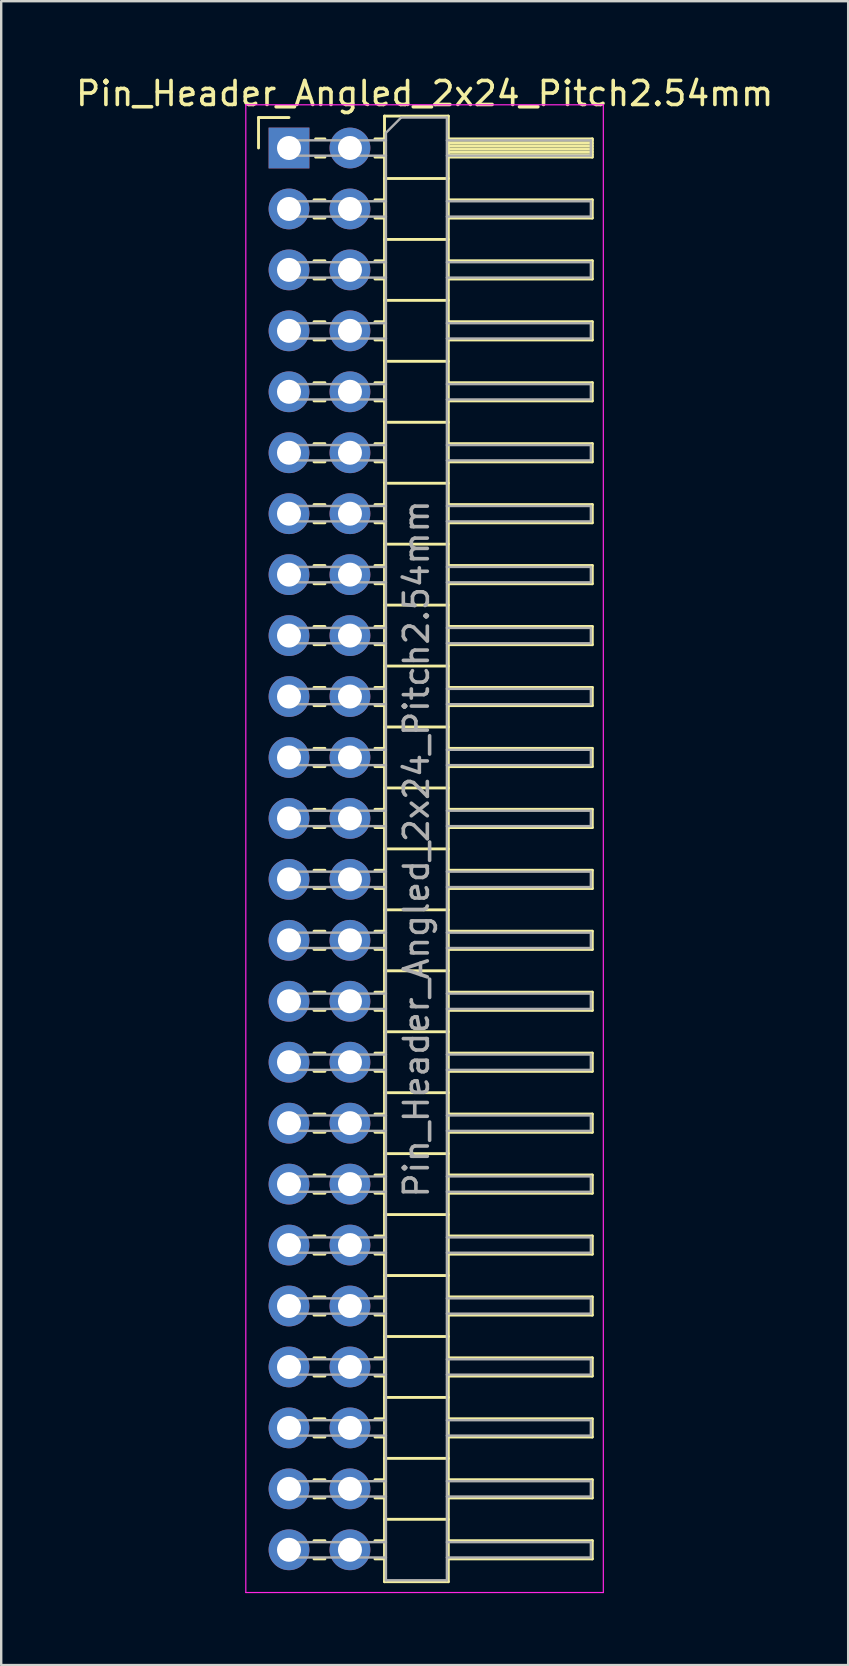
<source format=kicad_pcb>
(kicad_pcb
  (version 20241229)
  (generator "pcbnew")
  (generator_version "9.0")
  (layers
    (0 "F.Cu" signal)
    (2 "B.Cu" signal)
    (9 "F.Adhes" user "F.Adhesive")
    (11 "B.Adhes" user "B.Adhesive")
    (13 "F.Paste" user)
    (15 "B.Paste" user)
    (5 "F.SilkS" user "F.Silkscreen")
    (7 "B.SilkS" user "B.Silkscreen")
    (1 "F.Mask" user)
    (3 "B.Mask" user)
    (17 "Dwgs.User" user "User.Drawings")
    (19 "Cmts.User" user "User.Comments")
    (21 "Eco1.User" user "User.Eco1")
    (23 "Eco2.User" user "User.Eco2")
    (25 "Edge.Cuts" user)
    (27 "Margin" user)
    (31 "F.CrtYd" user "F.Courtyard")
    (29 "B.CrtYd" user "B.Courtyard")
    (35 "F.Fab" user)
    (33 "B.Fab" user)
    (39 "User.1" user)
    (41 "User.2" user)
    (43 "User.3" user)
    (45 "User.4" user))
  (footprint "Pin_Header_Angled_2x24_Pitch2.54mm"
    (layer "F.Cu")
    (at 8.994 3.118)
    (property "Reference" "Pin_Header_Angled_2x24_Pitch2.54mm" (at 5.655 -2.27 0) (layer "F.SilkS") (effects (font (size 1 1) (thickness 0.15))))
    (attr through_hole)
    (fp_line (start -1.27 -1.27) (end 0 -1.27) (stroke (width 0.12) (type solid)) (layer "F.SilkS"))
    (fp_line (start -1.27 0) (end -1.27 -1.27) (stroke (width 0.12) (type solid)) (layer "F.SilkS"))
    (fp_line (start 1.043 2.16) (end 1.497 2.16) (stroke (width 0.12) (type solid)) (layer "F.SilkS"))
    (fp_line (start 1.043 2.92) (end 1.497 2.92) (stroke (width 0.12) (type solid)) (layer "F.SilkS"))
    (fp_line (start 1.043 4.7) (end 1.497 4.7) (stroke (width 0.12) (type solid)) (layer "F.SilkS"))
    (fp_line (start 1.043 5.46) (end 1.497 5.46) (stroke (width 0.12) (type solid)) (layer "F.SilkS"))
    (fp_line (start 1.043 7.24) (end 1.497 7.24) (stroke (width 0.12) (type solid)) (layer "F.SilkS"))
    (fp_line (start 1.043 8) (end 1.497 8) (stroke (width 0.12) (type solid)) (layer "F.SilkS"))
    (fp_line (start 1.043 9.78) (end 1.497 9.78) (stroke (width 0.12) (type solid)) (layer "F.SilkS"))
    (fp_line (start 1.043 10.54) (end 1.497 10.54) (stroke (width 0.12) (type solid)) (layer "F.SilkS"))
    (fp_line (start 1.043 12.32) (end 1.497 12.32) (stroke (width 0.12) (type solid)) (layer "F.SilkS"))
    (fp_line (start 1.043 13.08) (end 1.497 13.08) (stroke (width 0.12) (type solid)) (layer "F.SilkS"))
    (fp_line (start 1.043 14.86) (end 1.497 14.86) (stroke (width 0.12) (type solid)) (layer "F.SilkS"))
    (fp_line (start 1.043 15.62) (end 1.497 15.62) (stroke (width 0.12) (type solid)) (layer "F.SilkS"))
    (fp_line (start 1.043 17.4) (end 1.497 17.4) (stroke (width 0.12) (type solid)) (layer "F.SilkS"))
    (fp_line (start 1.043 18.16) (end 1.497 18.16) (stroke (width 0.12) (type solid)) (layer "F.SilkS"))
    (fp_line (start 1.043 19.94) (end 1.497 19.94) (stroke (width 0.12) (type solid)) (layer "F.SilkS"))
    (fp_line (start 1.043 20.7) (end 1.497 20.7) (stroke (width 0.12) (type solid)) (layer "F.SilkS"))
    (fp_line (start 1.043 22.48) (end 1.497 22.48) (stroke (width 0.12) (type solid)) (layer "F.SilkS"))
    (fp_line (start 1.043 23.24) (end 1.497 23.24) (stroke (width 0.12) (type solid)) (layer "F.SilkS"))
    (fp_line (start 1.043 25.02) (end 1.497 25.02) (stroke (width 0.12) (type solid)) (layer "F.SilkS"))
    (fp_line (start 1.043 25.78) (end 1.497 25.78) (stroke (width 0.12) (type solid)) (layer "F.SilkS"))
    (fp_line (start 1.043 27.56) (end 1.497 27.56) (stroke (width 0.12) (type solid)) (layer "F.SilkS"))
    (fp_line (start 1.043 28.32) (end 1.497 28.32) (stroke (width 0.12) (type solid)) (layer "F.SilkS"))
    (fp_line (start 1.043 30.1) (end 1.497 30.1) (stroke (width 0.12) (type solid)) (layer "F.SilkS"))
    (fp_line (start 1.043 30.86) (end 1.497 30.86) (stroke (width 0.12) (type solid)) (layer "F.SilkS"))
    (fp_line (start 1.043 32.64) (end 1.497 32.64) (stroke (width 0.12) (type solid)) (layer "F.SilkS"))
    (fp_line (start 1.043 33.4) (end 1.497 33.4) (stroke (width 0.12) (type solid)) (layer "F.SilkS"))
    (fp_line (start 1.043 35.18) (end 1.497 35.18) (stroke (width 0.12) (type solid)) (layer "F.SilkS"))
    (fp_line (start 1.043 35.94) (end 1.497 35.94) (stroke (width 0.12) (type solid)) (layer "F.SilkS"))
    (fp_line (start 1.043 37.72) (end 1.497 37.72) (stroke (width 0.12) (type solid)) (layer "F.SilkS"))
    (fp_line (start 1.043 38.48) (end 1.497 38.48) (stroke (width 0.12) (type solid)) (layer "F.SilkS"))
    (fp_line (start 1.043 40.26) (end 1.497 40.26) (stroke (width 0.12) (type solid)) (layer "F.SilkS"))
    (fp_line (start 1.043 41.02) (end 1.497 41.02) (stroke (width 0.12) (type solid)) (layer "F.SilkS"))
    (fp_line (start 1.043 42.8) (end 1.497 42.8) (stroke (width 0.12) (type solid)) (layer "F.SilkS"))
    (fp_line (start 1.043 43.56) (end 1.497 43.56) (stroke (width 0.12) (type solid)) (layer "F.SilkS"))
    (fp_line (start 1.043 45.34) (end 1.497 45.34) (stroke (width 0.12) (type solid)) (layer "F.SilkS"))
    (fp_line (start 1.043 46.1) (end 1.497 46.1) (stroke (width 0.12) (type solid)) (layer "F.SilkS"))
    (fp_line (start 1.043 47.88) (end 1.497 47.88) (stroke (width 0.12) (type solid)) (layer "F.SilkS"))
    (fp_line (start 1.043 48.64) (end 1.497 48.64) (stroke (width 0.12) (type solid)) (layer "F.SilkS"))
    (fp_line (start 1.043 50.42) (end 1.497 50.42) (stroke (width 0.12) (type solid)) (layer "F.SilkS"))
    (fp_line (start 1.043 51.18) (end 1.497 51.18) (stroke (width 0.12) (type solid)) (layer "F.SilkS"))
    (fp_line (start 1.043 52.96) (end 1.497 52.96) (stroke (width 0.12) (type solid)) (layer "F.SilkS"))
    (fp_line (start 1.043 53.72) (end 1.497 53.72) (stroke (width 0.12) (type solid)) (layer "F.SilkS"))
    (fp_line (start 1.043 55.5) (end 1.497 55.5) (stroke (width 0.12) (type solid)) (layer "F.SilkS"))
    (fp_line (start 1.043 56.26) (end 1.497 56.26) (stroke (width 0.12) (type solid)) (layer "F.SilkS"))
    (fp_line (start 1.043 58.04) (end 1.497 58.04) (stroke (width 0.12) (type solid)) (layer "F.SilkS"))
    (fp_line (start 1.043 58.8) (end 1.497 58.8) (stroke (width 0.12) (type solid)) (layer "F.SilkS"))
    (fp_line (start 1.11 -0.38) (end 1.497 -0.38) (stroke (width 0.12) (type solid)) (layer "F.SilkS"))
    (fp_line (start 1.11 0.38) (end 1.497 0.38) (stroke (width 0.12) (type solid)) (layer "F.SilkS"))
    (fp_line (start 3.583 -0.38) (end 3.98 -0.38) (stroke (width 0.12) (type solid)) (layer "F.SilkS"))
    (fp_line (start 3.583 0.38) (end 3.98 0.38) (stroke (width 0.12) (type solid)) (layer "F.SilkS"))
    (fp_line (start 3.583 2.16) (end 3.98 2.16) (stroke (width 0.12) (type solid)) (layer "F.SilkS"))
    (fp_line (start 3.583 2.92) (end 3.98 2.92) (stroke (width 0.12) (type solid)) (layer "F.SilkS"))
    (fp_line (start 3.583 4.7) (end 3.98 4.7) (stroke (width 0.12) (type solid)) (layer "F.SilkS"))
    (fp_line (start 3.583 5.46) (end 3.98 5.46) (stroke (width 0.12) (type solid)) (layer "F.SilkS"))
    (fp_line (start 3.583 7.24) (end 3.98 7.24) (stroke (width 0.12) (type solid)) (layer "F.SilkS"))
    (fp_line (start 3.583 8) (end 3.98 8) (stroke (width 0.12) (type solid)) (layer "F.SilkS"))
    (fp_line (start 3.583 9.78) (end 3.98 9.78) (stroke (width 0.12) (type solid)) (layer "F.SilkS"))
    (fp_line (start 3.583 10.54) (end 3.98 10.54) (stroke (width 0.12) (type solid)) (layer "F.SilkS"))
    (fp_line (start 3.583 12.32) (end 3.98 12.32) (stroke (width 0.12) (type solid)) (layer "F.SilkS"))
    (fp_line (start 3.583 13.08) (end 3.98 13.08) (stroke (width 0.12) (type solid)) (layer "F.SilkS"))
    (fp_line (start 3.583 14.86) (end 3.98 14.86) (stroke (width 0.12) (type solid)) (layer "F.SilkS"))
    (fp_line (start 3.583 15.62) (end 3.98 15.62) (stroke (width 0.12) (type solid)) (layer "F.SilkS"))
    (fp_line (start 3.583 17.4) (end 3.98 17.4) (stroke (width 0.12) (type solid)) (layer "F.SilkS"))
    (fp_line (start 3.583 18.16) (end 3.98 18.16) (stroke (width 0.12) (type solid)) (layer "F.SilkS"))
    (fp_line (start 3.583 19.94) (end 3.98 19.94) (stroke (width 0.12) (type solid)) (layer "F.SilkS"))
    (fp_line (start 3.583 20.7) (end 3.98 20.7) (stroke (width 0.12) (type solid)) (layer "F.SilkS"))
    (fp_line (start 3.583 22.48) (end 3.98 22.48) (stroke (width 0.12) (type solid)) (layer "F.SilkS"))
    (fp_line (start 3.583 23.24) (end 3.98 23.24) (stroke (width 0.12) (type solid)) (layer "F.SilkS"))
    (fp_line (start 3.583 25.02) (end 3.98 25.02) (stroke (width 0.12) (type solid)) (layer "F.SilkS"))
    (fp_line (start 3.583 25.78) (end 3.98 25.78) (stroke (width 0.12) (type solid)) (layer "F.SilkS"))
    (fp_line (start 3.583 27.56) (end 3.98 27.56) (stroke (width 0.12) (type solid)) (layer "F.SilkS"))
    (fp_line (start 3.583 28.32) (end 3.98 28.32) (stroke (width 0.12) (type solid)) (layer "F.SilkS"))
    (fp_line (start 3.583 30.1) (end 3.98 30.1) (stroke (width 0.12) (type solid)) (layer "F.SilkS"))
    (fp_line (start 3.583 30.86) (end 3.98 30.86) (stroke (width 0.12) (type solid)) (layer "F.SilkS"))
    (fp_line (start 3.583 32.64) (end 3.98 32.64) (stroke (width 0.12) (type solid)) (layer "F.SilkS"))
    (fp_line (start 3.583 33.4) (end 3.98 33.4) (stroke (width 0.12) (type solid)) (layer "F.SilkS"))
    (fp_line (start 3.583 35.18) (end 3.98 35.18) (stroke (width 0.12) (type solid)) (layer "F.SilkS"))
    (fp_line (start 3.583 35.94) (end 3.98 35.94) (stroke (width 0.12) (type solid)) (layer "F.SilkS"))
    (fp_line (start 3.583 37.72) (end 3.98 37.72) (stroke (width 0.12) (type solid)) (layer "F.SilkS"))
    (fp_line (start 3.583 38.48) (end 3.98 38.48) (stroke (width 0.12) (type solid)) (layer "F.SilkS"))
    (fp_line (start 3.583 40.26) (end 3.98 40.26) (stroke (width 0.12) (type solid)) (layer "F.SilkS"))
    (fp_line (start 3.583 41.02) (end 3.98 41.02) (stroke (width 0.12) (type solid)) (layer "F.SilkS"))
    (fp_line (start 3.583 42.8) (end 3.98 42.8) (stroke (width 0.12) (type solid)) (layer "F.SilkS"))
    (fp_line (start 3.583 43.56) (end 3.98 43.56) (stroke (width 0.12) (type solid)) (layer "F.SilkS"))
    (fp_line (start 3.583 45.34) (end 3.98 45.34) (stroke (width 0.12) (type solid)) (layer "F.SilkS"))
    (fp_line (start 3.583 46.1) (end 3.98 46.1) (stroke (width 0.12) (type solid)) (layer "F.SilkS"))
    (fp_line (start 3.583 47.88) (end 3.98 47.88) (stroke (width 0.12) (type solid)) (layer "F.SilkS"))
    (fp_line (start 3.583 48.64) (end 3.98 48.64) (stroke (width 0.12) (type solid)) (layer "F.SilkS"))
    (fp_line (start 3.583 50.42) (end 3.98 50.42) (stroke (width 0.12) (type solid)) (layer "F.SilkS"))
    (fp_line (start 3.583 51.18) (end 3.98 51.18) (stroke (width 0.12) (type solid)) (layer "F.SilkS"))
    (fp_line (start 3.583 52.96) (end 3.98 52.96) (stroke (width 0.12) (type solid)) (layer "F.SilkS"))
    (fp_line (start 3.583 53.72) (end 3.98 53.72) (stroke (width 0.12) (type solid)) (layer "F.SilkS"))
    (fp_line (start 3.583 55.5) (end 3.98 55.5) (stroke (width 0.12) (type solid)) (layer "F.SilkS"))
    (fp_line (start 3.583 56.26) (end 3.98 56.26) (stroke (width 0.12) (type solid)) (layer "F.SilkS"))
    (fp_line (start 3.583 58.04) (end 3.98 58.04) (stroke (width 0.12) (type solid)) (layer "F.SilkS"))
    (fp_line (start 3.583 58.8) (end 3.98 58.8) (stroke (width 0.12) (type solid)) (layer "F.SilkS"))
    (fp_line (start 3.98 -1.33) (end 3.98 59.75) (stroke (width 0.12) (type solid)) (layer "F.SilkS"))
    (fp_line (start 3.98 1.27) (end 6.64 1.27) (stroke (width 0.12) (type solid)) (layer "F.SilkS"))
    (fp_line (start 3.98 3.81) (end 6.64 3.81) (stroke (width 0.12) (type solid)) (layer "F.SilkS"))
    (fp_line (start 3.98 6.35) (end 6.64 6.35) (stroke (width 0.12) (type solid)) (layer "F.SilkS"))
    (fp_line (start 3.98 8.89) (end 6.64 8.89) (stroke (width 0.12) (type solid)) (layer "F.SilkS"))
    (fp_line (start 3.98 11.43) (end 6.64 11.43) (stroke (width 0.12) (type solid)) (layer "F.SilkS"))
    (fp_line (start 3.98 13.97) (end 6.64 13.97) (stroke (width 0.12) (type solid)) (layer "F.SilkS"))
    (fp_line (start 3.98 16.51) (end 6.64 16.51) (stroke (width 0.12) (type solid)) (layer "F.SilkS"))
    (fp_line (start 3.98 19.05) (end 6.64 19.05) (stroke (width 0.12) (type solid)) (layer "F.SilkS"))
    (fp_line (start 3.98 21.59) (end 6.64 21.59) (stroke (width 0.12) (type solid)) (layer "F.SilkS"))
    (fp_line (start 3.98 24.13) (end 6.64 24.13) (stroke (width 0.12) (type solid)) (layer "F.SilkS"))
    (fp_line (start 3.98 26.67) (end 6.64 26.67) (stroke (width 0.12) (type solid)) (layer "F.SilkS"))
    (fp_line (start 3.98 29.21) (end 6.64 29.21) (stroke (width 0.12) (type solid)) (layer "F.SilkS"))
    (fp_line (start 3.98 31.75) (end 6.64 31.75) (stroke (width 0.12) (type solid)) (layer "F.SilkS"))
    (fp_line (start 3.98 34.29) (end 6.64 34.29) (stroke (width 0.12) (type solid)) (layer "F.SilkS"))
    (fp_line (start 3.98 36.83) (end 6.64 36.83) (stroke (width 0.12) (type solid)) (layer "F.SilkS"))
    (fp_line (start 3.98 39.37) (end 6.64 39.37) (stroke (width 0.12) (type solid)) (layer "F.SilkS"))
    (fp_line (start 3.98 41.91) (end 6.64 41.91) (stroke (width 0.12) (type solid)) (layer "F.SilkS"))
    (fp_line (start 3.98 44.45) (end 6.64 44.45) (stroke (width 0.12) (type solid)) (layer "F.SilkS"))
    (fp_line (start 3.98 46.99) (end 6.64 46.99) (stroke (width 0.12) (type solid)) (layer "F.SilkS"))
    (fp_line (start 3.98 49.53) (end 6.64 49.53) (stroke (width 0.12) (type solid)) (layer "F.SilkS"))
    (fp_line (start 3.98 52.07) (end 6.64 52.07) (stroke (width 0.12) (type solid)) (layer "F.SilkS"))
    (fp_line (start 3.98 54.61) (end 6.64 54.61) (stroke (width 0.12) (type solid)) (layer "F.SilkS"))
    (fp_line (start 3.98 57.15) (end 6.64 57.15) (stroke (width 0.12) (type solid)) (layer "F.SilkS"))
    (fp_line (start 3.98 59.75) (end 6.64 59.75) (stroke (width 0.12) (type solid)) (layer "F.SilkS"))
    (fp_line (start 6.64 -1.33) (end 3.98 -1.33) (stroke (width 0.12) (type solid)) (layer "F.SilkS"))
    (fp_line (start 6.64 -0.38) (end 12.64 -0.38) (stroke (width 0.12) (type solid)) (layer "F.SilkS"))
    (fp_line (start 6.64 -0.32) (end 12.64 -0.32) (stroke (width 0.12) (type solid)) (layer "F.SilkS"))
    (fp_line (start 6.64 -0.2) (end 12.64 -0.2) (stroke (width 0.12) (type solid)) (layer "F.SilkS"))
    (fp_line (start 6.64 -0.08) (end 12.64 -0.08) (stroke (width 0.12) (type solid)) (layer "F.SilkS"))
    (fp_line (start 6.64 0.04) (end 12.64 0.04) (stroke (width 0.12) (type solid)) (layer "F.SilkS"))
    (fp_line (start 6.64 0.16) (end 12.64 0.16) (stroke (width 0.12) (type solid)) (layer "F.SilkS"))
    (fp_line (start 6.64 0.28) (end 12.64 0.28) (stroke (width 0.12) (type solid)) (layer "F.SilkS"))
    (fp_line (start 6.64 2.16) (end 12.64 2.16) (stroke (width 0.12) (type solid)) (layer "F.SilkS"))
    (fp_line (start 6.64 4.7) (end 12.64 4.7) (stroke (width 0.12) (type solid)) (layer "F.SilkS"))
    (fp_line (start 6.64 7.24) (end 12.64 7.24) (stroke (width 0.12) (type solid)) (layer "F.SilkS"))
    (fp_line (start 6.64 9.78) (end 12.64 9.78) (stroke (width 0.12) (type solid)) (layer "F.SilkS"))
    (fp_line (start 6.64 12.32) (end 12.64 12.32) (stroke (width 0.12) (type solid)) (layer "F.SilkS"))
    (fp_line (start 6.64 14.86) (end 12.64 14.86) (stroke (width 0.12) (type solid)) (layer "F.SilkS"))
    (fp_line (start 6.64 17.4) (end 12.64 17.4) (stroke (width 0.12) (type solid)) (layer "F.SilkS"))
    (fp_line (start 6.64 19.94) (end 12.64 19.94) (stroke (width 0.12) (type solid)) (layer "F.SilkS"))
    (fp_line (start 6.64 22.48) (end 12.64 22.48) (stroke (width 0.12) (type solid)) (layer "F.SilkS"))
    (fp_line (start 6.64 25.02) (end 12.64 25.02) (stroke (width 0.12) (type solid)) (layer "F.SilkS"))
    (fp_line (start 6.64 27.56) (end 12.64 27.56) (stroke (width 0.12) (type solid)) (layer "F.SilkS"))
    (fp_line (start 6.64 30.1) (end 12.64 30.1) (stroke (width 0.12) (type solid)) (layer "F.SilkS"))
    (fp_line (start 6.64 32.64) (end 12.64 32.64) (stroke (width 0.12) (type solid)) (layer "F.SilkS"))
    (fp_line (start 6.64 35.18) (end 12.64 35.18) (stroke (width 0.12) (type solid)) (layer "F.SilkS"))
    (fp_line (start 6.64 37.72) (end 12.64 37.72) (stroke (width 0.12) (type solid)) (layer "F.SilkS"))
    (fp_line (start 6.64 40.26) (end 12.64 40.26) (stroke (width 0.12) (type solid)) (layer "F.SilkS"))
    (fp_line (start 6.64 42.8) (end 12.64 42.8) (stroke (width 0.12) (type solid)) (layer "F.SilkS"))
    (fp_line (start 6.64 45.34) (end 12.64 45.34) (stroke (width 0.12) (type solid)) (layer "F.SilkS"))
    (fp_line (start 6.64 47.88) (end 12.64 47.88) (stroke (width 0.12) (type solid)) (layer "F.SilkS"))
    (fp_line (start 6.64 50.42) (end 12.64 50.42) (stroke (width 0.12) (type solid)) (layer "F.SilkS"))
    (fp_line (start 6.64 52.96) (end 12.64 52.96) (stroke (width 0.12) (type solid)) (layer "F.SilkS"))
    (fp_line (start 6.64 55.5) (end 12.64 55.5) (stroke (width 0.12) (type solid)) (layer "F.SilkS"))
    (fp_line (start 6.64 58.04) (end 12.64 58.04) (stroke (width 0.12) (type solid)) (layer "F.SilkS"))
    (fp_line (start 6.64 59.75) (end 6.64 -1.33) (stroke (width 0.12) (type solid)) (layer "F.SilkS"))
    (fp_line (start 12.64 -0.38) (end 12.64 0.38) (stroke (width 0.12) (type solid)) (layer "F.SilkS"))
    (fp_line (start 12.64 0.38) (end 6.64 0.38) (stroke (width 0.12) (type solid)) (layer "F.SilkS"))
    (fp_line (start 12.64 2.16) (end 12.64 2.92) (stroke (width 0.12) (type solid)) (layer "F.SilkS"))
    (fp_line (start 12.64 2.92) (end 6.64 2.92) (stroke (width 0.12) (type solid)) (layer "F.SilkS"))
    (fp_line (start 12.64 4.7) (end 12.64 5.46) (stroke (width 0.12) (type solid)) (layer "F.SilkS"))
    (fp_line (start 12.64 5.46) (end 6.64 5.46) (stroke (width 0.12) (type solid)) (layer "F.SilkS"))
    (fp_line (start 12.64 7.24) (end 12.64 8) (stroke (width 0.12) (type solid)) (layer "F.SilkS"))
    (fp_line (start 12.64 8) (end 6.64 8) (stroke (width 0.12) (type solid)) (layer "F.SilkS"))
    (fp_line (start 12.64 9.78) (end 12.64 10.54) (stroke (width 0.12) (type solid)) (layer "F.SilkS"))
    (fp_line (start 12.64 10.54) (end 6.64 10.54) (stroke (width 0.12) (type solid)) (layer "F.SilkS"))
    (fp_line (start 12.64 12.32) (end 12.64 13.08) (stroke (width 0.12) (type solid)) (layer "F.SilkS"))
    (fp_line (start 12.64 13.08) (end 6.64 13.08) (stroke (width 0.12) (type solid)) (layer "F.SilkS"))
    (fp_line (start 12.64 14.86) (end 12.64 15.62) (stroke (width 0.12) (type solid)) (layer "F.SilkS"))
    (fp_line (start 12.64 15.62) (end 6.64 15.62) (stroke (width 0.12) (type solid)) (layer "F.SilkS"))
    (fp_line (start 12.64 17.4) (end 12.64 18.16) (stroke (width 0.12) (type solid)) (layer "F.SilkS"))
    (fp_line (start 12.64 18.16) (end 6.64 18.16) (stroke (width 0.12) (type solid)) (layer "F.SilkS"))
    (fp_line (start 12.64 19.94) (end 12.64 20.7) (stroke (width 0.12) (type solid)) (layer "F.SilkS"))
    (fp_line (start 12.64 20.7) (end 6.64 20.7) (stroke (width 0.12) (type solid)) (layer "F.SilkS"))
    (fp_line (start 12.64 22.48) (end 12.64 23.24) (stroke (width 0.12) (type solid)) (layer "F.SilkS"))
    (fp_line (start 12.64 23.24) (end 6.64 23.24) (stroke (width 0.12) (type solid)) (layer "F.SilkS"))
    (fp_line (start 12.64 25.02) (end 12.64 25.78) (stroke (width 0.12) (type solid)) (layer "F.SilkS"))
    (fp_line (start 12.64 25.78) (end 6.64 25.78) (stroke (width 0.12) (type solid)) (layer "F.SilkS"))
    (fp_line (start 12.64 27.56) (end 12.64 28.32) (stroke (width 0.12) (type solid)) (layer "F.SilkS"))
    (fp_line (start 12.64 28.32) (end 6.64 28.32) (stroke (width 0.12) (type solid)) (layer "F.SilkS"))
    (fp_line (start 12.64 30.1) (end 12.64 30.86) (stroke (width 0.12) (type solid)) (layer "F.SilkS"))
    (fp_line (start 12.64 30.86) (end 6.64 30.86) (stroke (width 0.12) (type solid)) (layer "F.SilkS"))
    (fp_line (start 12.64 32.64) (end 12.64 33.4) (stroke (width 0.12) (type solid)) (layer "F.SilkS"))
    (fp_line (start 12.64 33.4) (end 6.64 33.4) (stroke (width 0.12) (type solid)) (layer "F.SilkS"))
    (fp_line (start 12.64 35.18) (end 12.64 35.94) (stroke (width 0.12) (type solid)) (layer "F.SilkS"))
    (fp_line (start 12.64 35.94) (end 6.64 35.94) (stroke (width 0.12) (type solid)) (layer "F.SilkS"))
    (fp_line (start 12.64 37.72) (end 12.64 38.48) (stroke (width 0.12) (type solid)) (layer "F.SilkS"))
    (fp_line (start 12.64 38.48) (end 6.64 38.48) (stroke (width 0.12) (type solid)) (layer "F.SilkS"))
    (fp_line (start 12.64 40.26) (end 12.64 41.02) (stroke (width 0.12) (type solid)) (layer "F.SilkS"))
    (fp_line (start 12.64 41.02) (end 6.64 41.02) (stroke (width 0.12) (type solid)) (layer "F.SilkS"))
    (fp_line (start 12.64 42.8) (end 12.64 43.56) (stroke (width 0.12) (type solid)) (layer "F.SilkS"))
    (fp_line (start 12.64 43.56) (end 6.64 43.56) (stroke (width 0.12) (type solid)) (layer "F.SilkS"))
    (fp_line (start 12.64 45.34) (end 12.64 46.1) (stroke (width 0.12) (type solid)) (layer "F.SilkS"))
    (fp_line (start 12.64 46.1) (end 6.64 46.1) (stroke (width 0.12) (type solid)) (layer "F.SilkS"))
    (fp_line (start 12.64 47.88) (end 12.64 48.64) (stroke (width 0.12) (type solid)) (layer "F.SilkS"))
    (fp_line (start 12.64 48.64) (end 6.64 48.64) (stroke (width 0.12) (type solid)) (layer "F.SilkS"))
    (fp_line (start 12.64 50.42) (end 12.64 51.18) (stroke (width 0.12) (type solid)) (layer "F.SilkS"))
    (fp_line (start 12.64 51.18) (end 6.64 51.18) (stroke (width 0.12) (type solid)) (layer "F.SilkS"))
    (fp_line (start 12.64 52.96) (end 12.64 53.72) (stroke (width 0.12) (type solid)) (layer "F.SilkS"))
    (fp_line (start 12.64 53.72) (end 6.64 53.72) (stroke (width 0.12) (type solid)) (layer "F.SilkS"))
    (fp_line (start 12.64 55.5) (end 12.64 56.26) (stroke (width 0.12) (type solid)) (layer "F.SilkS"))
    (fp_line (start 12.64 56.26) (end 6.64 56.26) (stroke (width 0.12) (type solid)) (layer "F.SilkS"))
    (fp_line (start 12.64 58.04) (end 12.64 58.8) (stroke (width 0.12) (type solid)) (layer "F.SilkS"))
    (fp_line (start 12.64 58.8) (end 6.64 58.8) (stroke (width 0.12) (type solid)) (layer "F.SilkS"))
    (fp_line (start -1.8 -1.8) (end -1.8 60.2) (stroke (width 0.05) (type solid)) (layer "F.CrtYd"))
    (fp_line (start -1.8 60.2) (end 13.1 60.2) (stroke (width 0.05) (type solid)) (layer "F.CrtYd"))
    (fp_line (start 13.1 -1.8) (end -1.8 -1.8) (stroke (width 0.05) (type solid)) (layer "F.CrtYd"))
    (fp_line (start 13.1 60.2) (end 13.1 -1.8) (stroke (width 0.05) (type solid)) (layer "F.CrtYd"))
    (fp_line (start -0.32 -0.32) (end -0.32 0.32) (stroke (width 0.1) (type solid)) (layer "F.Fab"))
    (fp_line (start -0.32 -0.32) (end 4.04 -0.32) (stroke (width 0.1) (type solid)) (layer "F.Fab"))
    (fp_line (start -0.32 0.32) (end 4.04 0.32) (stroke (width 0.1) (type solid)) (layer "F.Fab"))
    (fp_line (start -0.32 2.22) (end -0.32 2.86) (stroke (width 0.1) (type solid)) (layer "F.Fab"))
    (fp_line (start -0.32 2.22) (end 4.04 2.22) (stroke (width 0.1) (type solid)) (layer "F.Fab"))
    (fp_line (start -0.32 2.86) (end 4.04 2.86) (stroke (width 0.1) (type solid)) (layer "F.Fab"))
    (fp_line (start -0.32 4.76) (end -0.32 5.4) (stroke (width 0.1) (type solid)) (layer "F.Fab"))
    (fp_line (start -0.32 4.76) (end 4.04 4.76) (stroke (width 0.1) (type solid)) (layer "F.Fab"))
    (fp_line (start -0.32 5.4) (end 4.04 5.4) (stroke (width 0.1) (type solid)) (layer "F.Fab"))
    (fp_line (start -0.32 7.3) (end -0.32 7.94) (stroke (width 0.1) (type solid)) (layer "F.Fab"))
    (fp_line (start -0.32 7.3) (end 4.04 7.3) (stroke (width 0.1) (type solid)) (layer "F.Fab"))
    (fp_line (start -0.32 7.94) (end 4.04 7.94) (stroke (width 0.1) (type solid)) (layer "F.Fab"))
    (fp_line (start -0.32 9.84) (end -0.32 10.48) (stroke (width 0.1) (type solid)) (layer "F.Fab"))
    (fp_line (start -0.32 9.84) (end 4.04 9.84) (stroke (width 0.1) (type solid)) (layer "F.Fab"))
    (fp_line (start -0.32 10.48) (end 4.04 10.48) (stroke (width 0.1) (type solid)) (layer "F.Fab"))
    (fp_line (start -0.32 12.38) (end -0.32 13.02) (stroke (width 0.1) (type solid)) (layer "F.Fab"))
    (fp_line (start -0.32 12.38) (end 4.04 12.38) (stroke (width 0.1) (type solid)) (layer "F.Fab"))
    (fp_line (start -0.32 13.02) (end 4.04 13.02) (stroke (width 0.1) (type solid)) (layer "F.Fab"))
    (fp_line (start -0.32 14.92) (end -0.32 15.56) (stroke (width 0.1) (type solid)) (layer "F.Fab"))
    (fp_line (start -0.32 14.92) (end 4.04 14.92) (stroke (width 0.1) (type solid)) (layer "F.Fab"))
    (fp_line (start -0.32 15.56) (end 4.04 15.56) (stroke (width 0.1) (type solid)) (layer "F.Fab"))
    (fp_line (start -0.32 17.46) (end -0.32 18.1) (stroke (width 0.1) (type solid)) (layer "F.Fab"))
    (fp_line (start -0.32 17.46) (end 4.04 17.46) (stroke (width 0.1) (type solid)) (layer "F.Fab"))
    (fp_line (start -0.32 18.1) (end 4.04 18.1) (stroke (width 0.1) (type solid)) (layer "F.Fab"))
    (fp_line (start -0.32 20) (end -0.32 20.64) (stroke (width 0.1) (type solid)) (layer "F.Fab"))
    (fp_line (start -0.32 20) (end 4.04 20) (stroke (width 0.1) (type solid)) (layer "F.Fab"))
    (fp_line (start -0.32 20.64) (end 4.04 20.64) (stroke (width 0.1) (type solid)) (layer "F.Fab"))
    (fp_line (start -0.32 22.54) (end -0.32 23.18) (stroke (width 0.1) (type solid)) (layer "F.Fab"))
    (fp_line (start -0.32 22.54) (end 4.04 22.54) (stroke (width 0.1) (type solid)) (layer "F.Fab"))
    (fp_line (start -0.32 23.18) (end 4.04 23.18) (stroke (width 0.1) (type solid)) (layer "F.Fab"))
    (fp_line (start -0.32 25.08) (end -0.32 25.72) (stroke (width 0.1) (type solid)) (layer "F.Fab"))
    (fp_line (start -0.32 25.08) (end 4.04 25.08) (stroke (width 0.1) (type solid)) (layer "F.Fab"))
    (fp_line (start -0.32 25.72) (end 4.04 25.72) (stroke (width 0.1) (type solid)) (layer "F.Fab"))
    (fp_line (start -0.32 27.62) (end -0.32 28.26) (stroke (width 0.1) (type solid)) (layer "F.Fab"))
    (fp_line (start -0.32 27.62) (end 4.04 27.62) (stroke (width 0.1) (type solid)) (layer "F.Fab"))
    (fp_line (start -0.32 28.26) (end 4.04 28.26) (stroke (width 0.1) (type solid)) (layer "F.Fab"))
    (fp_line (start -0.32 30.16) (end -0.32 30.8) (stroke (width 0.1) (type solid)) (layer "F.Fab"))
    (fp_line (start -0.32 30.16) (end 4.04 30.16) (stroke (width 0.1) (type solid)) (layer "F.Fab"))
    (fp_line (start -0.32 30.8) (end 4.04 30.8) (stroke (width 0.1) (type solid)) (layer "F.Fab"))
    (fp_line (start -0.32 32.7) (end -0.32 33.34) (stroke (width 0.1) (type solid)) (layer "F.Fab"))
    (fp_line (start -0.32 32.7) (end 4.04 32.7) (stroke (width 0.1) (type solid)) (layer "F.Fab"))
    (fp_line (start -0.32 33.34) (end 4.04 33.34) (stroke (width 0.1) (type solid)) (layer "F.Fab"))
    (fp_line (start -0.32 35.24) (end -0.32 35.88) (stroke (width 0.1) (type solid)) (layer "F.Fab"))
    (fp_line (start -0.32 35.24) (end 4.04 35.24) (stroke (width 0.1) (type solid)) (layer "F.Fab"))
    (fp_line (start -0.32 35.88) (end 4.04 35.88) (stroke (width 0.1) (type solid)) (layer "F.Fab"))
    (fp_line (start -0.32 37.78) (end -0.32 38.42) (stroke (width 0.1) (type solid)) (layer "F.Fab"))
    (fp_line (start -0.32 37.78) (end 4.04 37.78) (stroke (width 0.1) (type solid)) (layer "F.Fab"))
    (fp_line (start -0.32 38.42) (end 4.04 38.42) (stroke (width 0.1) (type solid)) (layer "F.Fab"))
    (fp_line (start -0.32 40.32) (end -0.32 40.96) (stroke (width 0.1) (type solid)) (layer "F.Fab"))
    (fp_line (start -0.32 40.32) (end 4.04 40.32) (stroke (width 0.1) (type solid)) (layer "F.Fab"))
    (fp_line (start -0.32 40.96) (end 4.04 40.96) (stroke (width 0.1) (type solid)) (layer "F.Fab"))
    (fp_line (start -0.32 42.86) (end -0.32 43.5) (stroke (width 0.1) (type solid)) (layer "F.Fab"))
    (fp_line (start -0.32 42.86) (end 4.04 42.86) (stroke (width 0.1) (type solid)) (layer "F.Fab"))
    (fp_line (start -0.32 43.5) (end 4.04 43.5) (stroke (width 0.1) (type solid)) (layer "F.Fab"))
    (fp_line (start -0.32 45.4) (end -0.32 46.04) (stroke (width 0.1) (type solid)) (layer "F.Fab"))
    (fp_line (start -0.32 45.4) (end 4.04 45.4) (stroke (width 0.1) (type solid)) (layer "F.Fab"))
    (fp_line (start -0.32 46.04) (end 4.04 46.04) (stroke (width 0.1) (type solid)) (layer "F.Fab"))
    (fp_line (start -0.32 47.94) (end -0.32 48.58) (stroke (width 0.1) (type solid)) (layer "F.Fab"))
    (fp_line (start -0.32 47.94) (end 4.04 47.94) (stroke (width 0.1) (type solid)) (layer "F.Fab"))
    (fp_line (start -0.32 48.58) (end 4.04 48.58) (stroke (width 0.1) (type solid)) (layer "F.Fab"))
    (fp_line (start -0.32 50.48) (end -0.32 51.12) (stroke (width 0.1) (type solid)) (layer "F.Fab"))
    (fp_line (start -0.32 50.48) (end 4.04 50.48) (stroke (width 0.1) (type solid)) (layer "F.Fab"))
    (fp_line (start -0.32 51.12) (end 4.04 51.12) (stroke (width 0.1) (type solid)) (layer "F.Fab"))
    (fp_line (start -0.32 53.02) (end -0.32 53.66) (stroke (width 0.1) (type solid)) (layer "F.Fab"))
    (fp_line (start -0.32 53.02) (end 4.04 53.02) (stroke (width 0.1) (type solid)) (layer "F.Fab"))
    (fp_line (start -0.32 53.66) (end 4.04 53.66) (stroke (width 0.1) (type solid)) (layer "F.Fab"))
    (fp_line (start -0.32 55.56) (end -0.32 56.2) (stroke (width 0.1) (type solid)) (layer "F.Fab"))
    (fp_line (start -0.32 55.56) (end 4.04 55.56) (stroke (width 0.1) (type solid)) (layer "F.Fab"))
    (fp_line (start -0.32 56.2) (end 4.04 56.2) (stroke (width 0.1) (type solid)) (layer "F.Fab"))
    (fp_line (start -0.32 58.1) (end -0.32 58.74) (stroke (width 0.1) (type solid)) (layer "F.Fab"))
    (fp_line (start -0.32 58.1) (end 4.04 58.1) (stroke (width 0.1) (type solid)) (layer "F.Fab"))
    (fp_line (start -0.32 58.74) (end 4.04 58.74) (stroke (width 0.1) (type solid)) (layer "F.Fab"))
    (fp_line (start 4.04 -0.635) (end 4.675 -1.27) (stroke (width 0.1) (type solid)) (layer "F.Fab"))
    (fp_line (start 4.04 59.69) (end 4.04 -0.635) (stroke (width 0.1) (type solid)) (layer "F.Fab"))
    (fp_line (start 4.675 -1.27) (end 6.58 -1.27) (stroke (width 0.1) (type solid)) (layer "F.Fab"))
    (fp_line (start 6.58 -1.27) (end 6.58 59.69) (stroke (width 0.1) (type solid)) (layer "F.Fab"))
    (fp_line (start 6.58 -0.32) (end 12.58 -0.32) (stroke (width 0.1) (type solid)) (layer "F.Fab"))
    (fp_line (start 6.58 0.32) (end 12.58 0.32) (stroke (width 0.1) (type solid)) (layer "F.Fab"))
    (fp_line (start 6.58 2.22) (end 12.58 2.22) (stroke (width 0.1) (type solid)) (layer "F.Fab"))
    (fp_line (start 6.58 2.86) (end 12.58 2.86) (stroke (width 0.1) (type solid)) (layer "F.Fab"))
    (fp_line (start 6.58 4.76) (end 12.58 4.76) (stroke (width 0.1) (type solid)) (layer "F.Fab"))
    (fp_line (start 6.58 5.4) (end 12.58 5.4) (stroke (width 0.1) (type solid)) (layer "F.Fab"))
    (fp_line (start 6.58 7.3) (end 12.58 7.3) (stroke (width 0.1) (type solid)) (layer "F.Fab"))
    (fp_line (start 6.58 7.94) (end 12.58 7.94) (stroke (width 0.1) (type solid)) (layer "F.Fab"))
    (fp_line (start 6.58 9.84) (end 12.58 9.84) (stroke (width 0.1) (type solid)) (layer "F.Fab"))
    (fp_line (start 6.58 10.48) (end 12.58 10.48) (stroke (width 0.1) (type solid)) (layer "F.Fab"))
    (fp_line (start 6.58 12.38) (end 12.58 12.38) (stroke (width 0.1) (type solid)) (layer "F.Fab"))
    (fp_line (start 6.58 13.02) (end 12.58 13.02) (stroke (width 0.1) (type solid)) (layer "F.Fab"))
    (fp_line (start 6.58 14.92) (end 12.58 14.92) (stroke (width 0.1) (type solid)) (layer "F.Fab"))
    (fp_line (start 6.58 15.56) (end 12.58 15.56) (stroke (width 0.1) (type solid)) (layer "F.Fab"))
    (fp_line (start 6.58 17.46) (end 12.58 17.46) (stroke (width 0.1) (type solid)) (layer "F.Fab"))
    (fp_line (start 6.58 18.1) (end 12.58 18.1) (stroke (width 0.1) (type solid)) (layer "F.Fab"))
    (fp_line (start 6.58 20) (end 12.58 20) (stroke (width 0.1) (type solid)) (layer "F.Fab"))
    (fp_line (start 6.58 20.64) (end 12.58 20.64) (stroke (width 0.1) (type solid)) (layer "F.Fab"))
    (fp_line (start 6.58 22.54) (end 12.58 22.54) (stroke (width 0.1) (type solid)) (layer "F.Fab"))
    (fp_line (start 6.58 23.18) (end 12.58 23.18) (stroke (width 0.1) (type solid)) (layer "F.Fab"))
    (fp_line (start 6.58 25.08) (end 12.58 25.08) (stroke (width 0.1) (type solid)) (layer "F.Fab"))
    (fp_line (start 6.58 25.72) (end 12.58 25.72) (stroke (width 0.1) (type solid)) (layer "F.Fab"))
    (fp_line (start 6.58 27.62) (end 12.58 27.62) (stroke (width 0.1) (type solid)) (layer "F.Fab"))
    (fp_line (start 6.58 28.26) (end 12.58 28.26) (stroke (width 0.1) (type solid)) (layer "F.Fab"))
    (fp_line (start 6.58 30.16) (end 12.58 30.16) (stroke (width 0.1) (type solid)) (layer "F.Fab"))
    (fp_line (start 6.58 30.8) (end 12.58 30.8) (stroke (width 0.1) (type solid)) (layer "F.Fab"))
    (fp_line (start 6.58 32.7) (end 12.58 32.7) (stroke (width 0.1) (type solid)) (layer "F.Fab"))
    (fp_line (start 6.58 33.34) (end 12.58 33.34) (stroke (width 0.1) (type solid)) (layer "F.Fab"))
    (fp_line (start 6.58 35.24) (end 12.58 35.24) (stroke (width 0.1) (type solid)) (layer "F.Fab"))
    (fp_line (start 6.58 35.88) (end 12.58 35.88) (stroke (width 0.1) (type solid)) (layer "F.Fab"))
    (fp_line (start 6.58 37.78) (end 12.58 37.78) (stroke (width 0.1) (type solid)) (layer "F.Fab"))
    (fp_line (start 6.58 38.42) (end 12.58 38.42) (stroke (width 0.1) (type solid)) (layer "F.Fab"))
    (fp_line (start 6.58 40.32) (end 12.58 40.32) (stroke (width 0.1) (type solid)) (layer "F.Fab"))
    (fp_line (start 6.58 40.96) (end 12.58 40.96) (stroke (width 0.1) (type solid)) (layer "F.Fab"))
    (fp_line (start 6.58 42.86) (end 12.58 42.86) (stroke (width 0.1) (type solid)) (layer "F.Fab"))
    (fp_line (start 6.58 43.5) (end 12.58 43.5) (stroke (width 0.1) (type solid)) (layer "F.Fab"))
    (fp_line (start 6.58 45.4) (end 12.58 45.4) (stroke (width 0.1) (type solid)) (layer "F.Fab"))
    (fp_line (start 6.58 46.04) (end 12.58 46.04) (stroke (width 0.1) (type solid)) (layer "F.Fab"))
    (fp_line (start 6.58 47.94) (end 12.58 47.94) (stroke (width 0.1) (type solid)) (layer "F.Fab"))
    (fp_line (start 6.58 48.58) (end 12.58 48.58) (stroke (width 0.1) (type solid)) (layer "F.Fab"))
    (fp_line (start 6.58 50.48) (end 12.58 50.48) (stroke (width 0.1) (type solid)) (layer "F.Fab"))
    (fp_line (start 6.58 51.12) (end 12.58 51.12) (stroke (width 0.1) (type solid)) (layer "F.Fab"))
    (fp_line (start 6.58 53.02) (end 12.58 53.02) (stroke (width 0.1) (type solid)) (layer "F.Fab"))
    (fp_line (start 6.58 53.66) (end 12.58 53.66) (stroke (width 0.1) (type solid)) (layer "F.Fab"))
    (fp_line (start 6.58 55.56) (end 12.58 55.56) (stroke (width 0.1) (type solid)) (layer "F.Fab"))
    (fp_line (start 6.58 56.2) (end 12.58 56.2) (stroke (width 0.1) (type solid)) (layer "F.Fab"))
    (fp_line (start 6.58 58.1) (end 12.58 58.1) (stroke (width 0.1) (type solid)) (layer "F.Fab"))
    (fp_line (start 6.58 58.74) (end 12.58 58.74) (stroke (width 0.1) (type solid)) (layer "F.Fab"))
    (fp_line (start 6.58 59.69) (end 4.04 59.69) (stroke (width 0.1) (type solid)) (layer "F.Fab"))
    (fp_line (start 12.58 -0.32) (end 12.58 0.32) (stroke (width 0.1) (type solid)) (layer "F.Fab"))
    (fp_line (start 12.58 2.22) (end 12.58 2.86) (stroke (width 0.1) (type solid)) (layer "F.Fab"))
    (fp_line (start 12.58 4.76) (end 12.58 5.4) (stroke (width 0.1) (type solid)) (layer "F.Fab"))
    (fp_line (start 12.58 7.3) (end 12.58 7.94) (stroke (width 0.1) (type solid)) (layer "F.Fab"))
    (fp_line (start 12.58 9.84) (end 12.58 10.48) (stroke (width 0.1) (type solid)) (layer "F.Fab"))
    (fp_line (start 12.58 12.38) (end 12.58 13.02) (stroke (width 0.1) (type solid)) (layer "F.Fab"))
    (fp_line (start 12.58 14.92) (end 12.58 15.56) (stroke (width 0.1) (type solid)) (layer "F.Fab"))
    (fp_line (start 12.58 17.46) (end 12.58 18.1) (stroke (width 0.1) (type solid)) (layer "F.Fab"))
    (fp_line (start 12.58 20) (end 12.58 20.64) (stroke (width 0.1) (type solid)) (layer "F.Fab"))
    (fp_line (start 12.58 22.54) (end 12.58 23.18) (stroke (width 0.1) (type solid)) (layer "F.Fab"))
    (fp_line (start 12.58 25.08) (end 12.58 25.72) (stroke (width 0.1) (type solid)) (layer "F.Fab"))
    (fp_line (start 12.58 27.62) (end 12.58 28.26) (stroke (width 0.1) (type solid)) (layer "F.Fab"))
    (fp_line (start 12.58 30.16) (end 12.58 30.8) (stroke (width 0.1) (type solid)) (layer "F.Fab"))
    (fp_line (start 12.58 32.7) (end 12.58 33.34) (stroke (width 0.1) (type solid)) (layer "F.Fab"))
    (fp_line (start 12.58 35.24) (end 12.58 35.88) (stroke (width 0.1) (type solid)) (layer "F.Fab"))
    (fp_line (start 12.58 37.78) (end 12.58 38.42) (stroke (width 0.1) (type solid)) (layer "F.Fab"))
    (fp_line (start 12.58 40.32) (end 12.58 40.96) (stroke (width 0.1) (type solid)) (layer "F.Fab"))
    (fp_line (start 12.58 42.86) (end 12.58 43.5) (stroke (width 0.1) (type solid)) (layer "F.Fab"))
    (fp_line (start 12.58 45.4) (end 12.58 46.04) (stroke (width 0.1) (type solid)) (layer "F.Fab"))
    (fp_line (start 12.58 47.94) (end 12.58 48.58) (stroke (width 0.1) (type solid)) (layer "F.Fab"))
    (fp_line (start 12.58 50.48) (end 12.58 51.12) (stroke (width 0.1) (type solid)) (layer "F.Fab"))
    (fp_line (start 12.58 53.02) (end 12.58 53.66) (stroke (width 0.1) (type solid)) (layer "F.Fab"))
    (fp_line (start 12.58 55.56) (end 12.58 56.2) (stroke (width 0.1) (type solid)) (layer "F.Fab"))
    (fp_line (start 12.58 58.1) (end 12.58 58.74) (stroke (width 0.1) (type solid)) (layer "F.Fab"))
    (fp_text user "${REFERENCE}" (at 5.31 29.21 90) (layer "F.Fab") (effects (font (size 1 1) (thickness 0.15))))
    (pad "1" thru_hole rect (at 0 0) (size 1.7 1.7) (drill 1) (layers "*.Cu" "*.Mask"))
    (pad "2" thru_hole oval (at 2.54 0) (size 1.7 1.7) (drill 1) (layers "*.Cu" "*.Mask"))
    (pad "3" thru_hole oval (at 0 2.54) (size 1.7 1.7) (drill 1) (layers "*.Cu" "*.Mask"))
    (pad "4" thru_hole oval (at 2.54 2.54) (size 1.7 1.7) (drill 1) (layers "*.Cu" "*.Mask"))
    (pad "5" thru_hole oval (at 0 5.08) (size 1.7 1.7) (drill 1) (layers "*.Cu" "*.Mask"))
    (pad "6" thru_hole oval (at 2.54 5.08) (size 1.7 1.7) (drill 1) (layers "*.Cu" "*.Mask"))
    (pad "7" thru_hole oval (at 0 7.62) (size 1.7 1.7) (drill 1) (layers "*.Cu" "*.Mask"))
    (pad "8" thru_hole oval (at 2.54 7.62) (size 1.7 1.7) (drill 1) (layers "*.Cu" "*.Mask"))
    (pad "9" thru_hole oval (at 0 10.16) (size 1.7 1.7) (drill 1) (layers "*.Cu" "*.Mask"))
    (pad "10" thru_hole oval (at 2.54 10.16) (size 1.7 1.7) (drill 1) (layers "*.Cu" "*.Mask"))
    (pad "11" thru_hole oval (at 0 12.7) (size 1.7 1.7) (drill 1) (layers "*.Cu" "*.Mask"))
    (pad "12" thru_hole oval (at 2.54 12.7) (size 1.7 1.7) (drill 1) (layers "*.Cu" "*.Mask"))
    (pad "13" thru_hole oval (at 0 15.24) (size 1.7 1.7) (drill 1) (layers "*.Cu" "*.Mask"))
    (pad "14" thru_hole oval (at 2.54 15.24) (size 1.7 1.7) (drill 1) (layers "*.Cu" "*.Mask"))
    (pad "15" thru_hole oval (at 0 17.78) (size 1.7 1.7) (drill 1) (layers "*.Cu" "*.Mask"))
    (pad "16" thru_hole oval (at 2.54 17.78) (size 1.7 1.7) (drill 1) (layers "*.Cu" "*.Mask"))
    (pad "17" thru_hole oval (at 0 20.32) (size 1.7 1.7) (drill 1) (layers "*.Cu" "*.Mask"))
    (pad "18" thru_hole oval (at 2.54 20.32) (size 1.7 1.7) (drill 1) (layers "*.Cu" "*.Mask"))
    (pad "19" thru_hole oval (at 0 22.86) (size 1.7 1.7) (drill 1) (layers "*.Cu" "*.Mask"))
    (pad "20" thru_hole oval (at 2.54 22.86) (size 1.7 1.7) (drill 1) (layers "*.Cu" "*.Mask"))
    (pad "21" thru_hole oval (at 0 25.4) (size 1.7 1.7) (drill 1) (layers "*.Cu" "*.Mask"))
    (pad "22" thru_hole oval (at 2.54 25.4) (size 1.7 1.7) (drill 1) (layers "*.Cu" "*.Mask"))
    (pad "23" thru_hole oval (at 0 27.94) (size 1.7 1.7) (drill 1) (layers "*.Cu" "*.Mask"))
    (pad "24" thru_hole oval (at 2.54 27.94) (size 1.7 1.7) (drill 1) (layers "*.Cu" "*.Mask"))
    (pad "25" thru_hole oval (at 0 30.48) (size 1.7 1.7) (drill 1) (layers "*.Cu" "*.Mask"))
    (pad "26" thru_hole oval (at 2.54 30.48) (size 1.7 1.7) (drill 1) (layers "*.Cu" "*.Mask"))
    (pad "27" thru_hole oval (at 0 33.02) (size 1.7 1.7) (drill 1) (layers "*.Cu" "*.Mask"))
    (pad "28" thru_hole oval (at 2.54 33.02) (size 1.7 1.7) (drill 1) (layers "*.Cu" "*.Mask"))
    (pad "29" thru_hole oval (at 0 35.56) (size 1.7 1.7) (drill 1) (layers "*.Cu" "*.Mask"))
    (pad "30" thru_hole oval (at 2.54 35.56) (size 1.7 1.7) (drill 1) (layers "*.Cu" "*.Mask"))
    (pad "31" thru_hole oval (at 0 38.1) (size 1.7 1.7) (drill 1) (layers "*.Cu" "*.Mask"))
    (pad "32" thru_hole oval (at 2.54 38.1) (size 1.7 1.7) (drill 1) (layers "*.Cu" "*.Mask"))
    (pad "33" thru_hole oval (at 0 40.64) (size 1.7 1.7) (drill 1) (layers "*.Cu" "*.Mask"))
    (pad "34" thru_hole oval (at 2.54 40.64) (size 1.7 1.7) (drill 1) (layers "*.Cu" "*.Mask"))
    (pad "35" thru_hole oval (at 0 43.18) (size 1.7 1.7) (drill 1) (layers "*.Cu" "*.Mask"))
    (pad "36" thru_hole oval (at 2.54 43.18) (size 1.7 1.7) (drill 1) (layers "*.Cu" "*.Mask"))
    (pad "37" thru_hole oval (at 0 45.72) (size 1.7 1.7) (drill 1) (layers "*.Cu" "*.Mask"))
    (pad "38" thru_hole oval (at 2.54 45.72) (size 1.7 1.7) (drill 1) (layers "*.Cu" "*.Mask"))
    (pad "39" thru_hole oval (at 0 48.26) (size 1.7 1.7) (drill 1) (layers "*.Cu" "*.Mask"))
    (pad "40" thru_hole oval (at 2.54 48.26) (size 1.7 1.7) (drill 1) (layers "*.Cu" "*.Mask"))
    (pad "41" thru_hole oval (at 0 50.8) (size 1.7 1.7) (drill 1) (layers "*.Cu" "*.Mask"))
    (pad "42" thru_hole oval (at 2.54 50.8) (size 1.7 1.7) (drill 1) (layers "*.Cu" "*.Mask"))
    (pad "43" thru_hole oval (at 0 53.34) (size 1.7 1.7) (drill 1) (layers "*.Cu" "*.Mask"))
    (pad "44" thru_hole oval (at 2.54 53.34) (size 1.7 1.7) (drill 1) (layers "*.Cu" "*.Mask"))
    (pad "45" thru_hole oval (at 0 55.88) (size 1.7 1.7) (drill 1) (layers "*.Cu" "*.Mask"))
    (pad "46" thru_hole oval (at 2.54 55.88) (size 1.7 1.7) (drill 1) (layers "*.Cu" "*.Mask"))
    (pad "47" thru_hole oval (at 0 58.42) (size 1.7 1.7) (drill 1) (layers "*.Cu" "*.Mask"))
    (pad "48" thru_hole oval (at 2.54 58.42) (size 1.7 1.7) (drill 1) (layers "*.Cu" "*.Mask")))
  (gr_rect
    (start -3 -3)
    (end 32.298 66.343)
    (stroke (width 0.1) (type default))
    (fill no)
    (layer "Edge.Cuts")))
</source>
